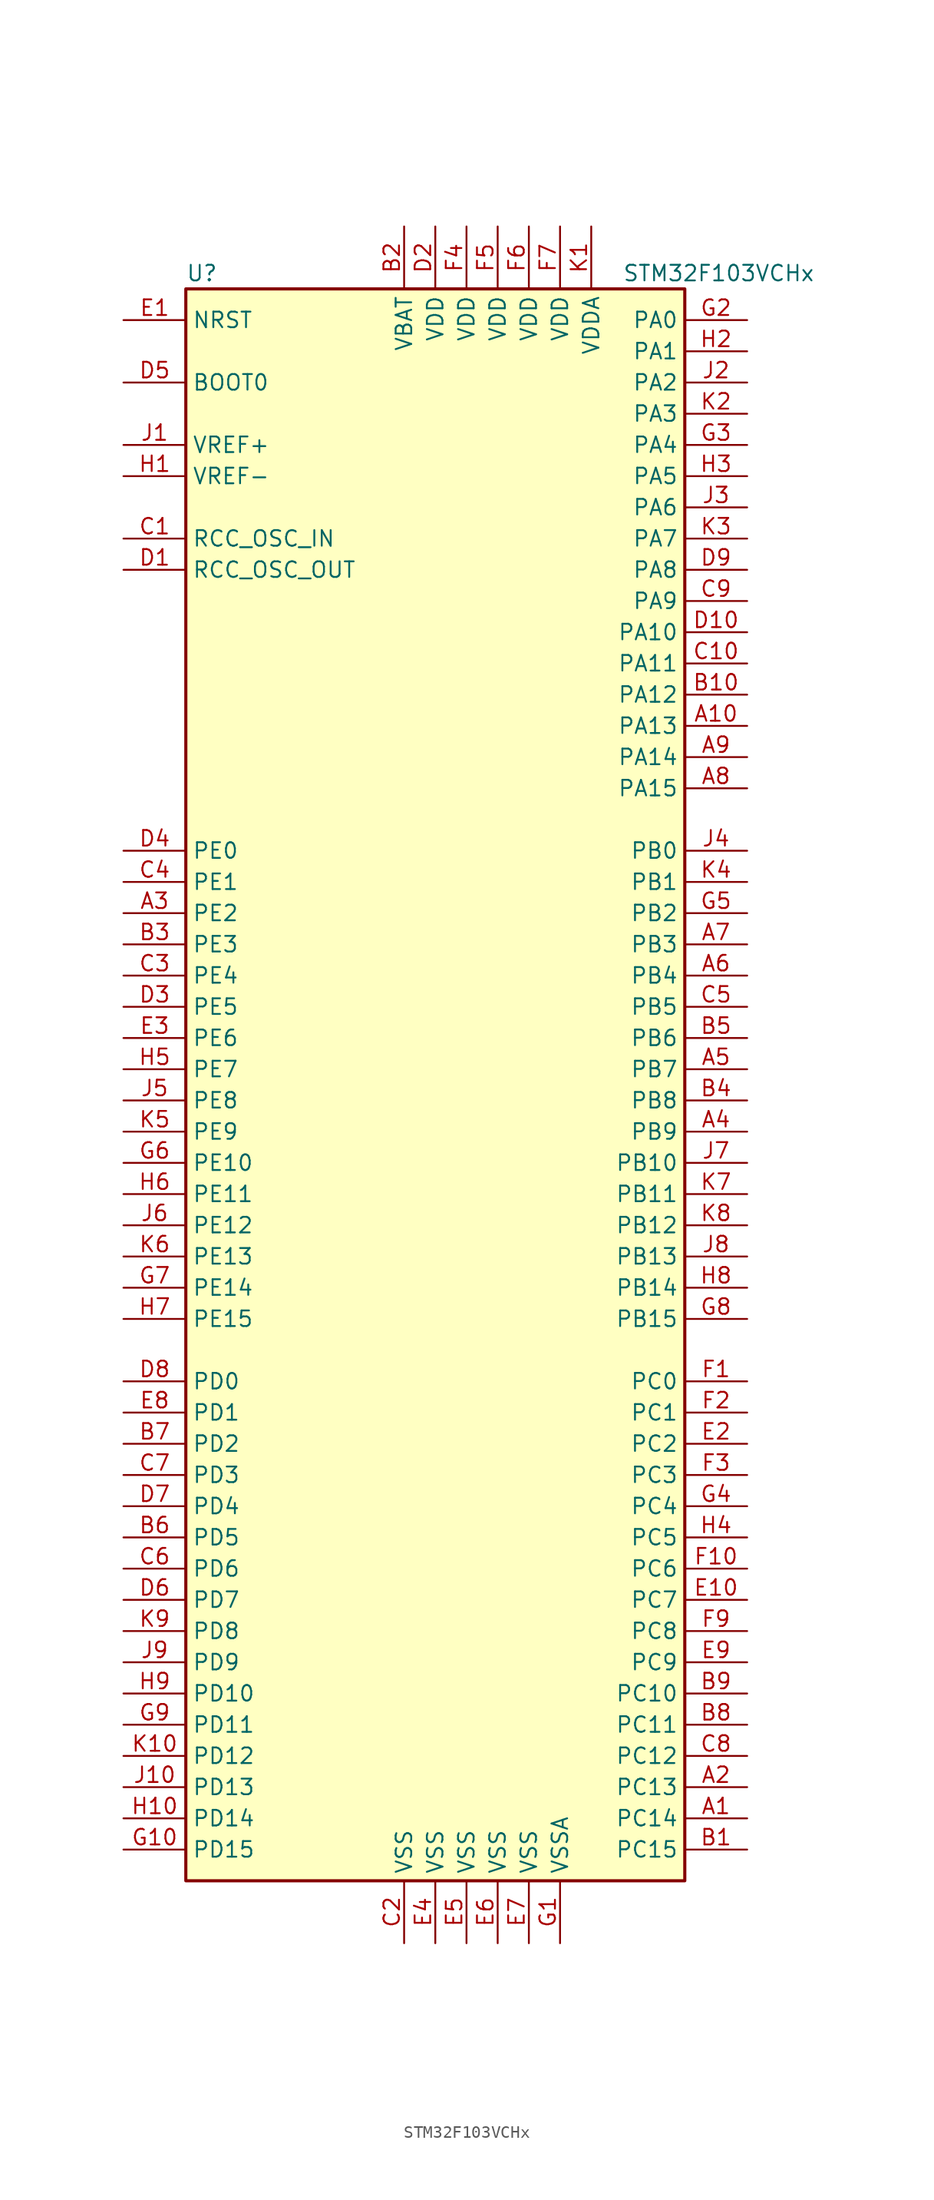
<source format=kicad_sym>
(kicad_symbol_lib
  (version 20201005)
  (generator kicad_symbol_editor)
  (symbol "MCU_ST_STM32F1:STM32F103VCHx"
    (property "Reference" "U"
      (at -20.32 64.77 0)
      (effects (font (size 1.27 1.27)) (justify left)))
    (property "Value" "STM32F103VCHx"
      (at 15.24 64.77 0)
      (effects (font (size 1.27 1.27)) (justify left)))
    (symbol "STM32F103VCHx_0_1"
      (rectangle (start -20.32 -66.04) (end 20.32 63.5) (stroke (width 0.254)) (fill (type background))))
    (symbol "STM32F103VCHx_1_1"
      (pin input line (at -25.4 55.88 0) (length 5.08) (name "BOOT0" (effects (font (size 1.27 1.27)))) (number "D5" (effects (font (size 1.27 1.27)))))
      (pin no_connect line (at -20.32 -63.5 0) (length 5.08) hide (name "NC" (effects (font (size 1.27 1.27)))) (number "F8" (effects (font (size 1.27 1.27)))))
      (pin input line (at -25.4 60.96 0) (length 5.08) (name "NRST" (effects (font (size 1.27 1.27)))) (number "E1" (effects (font (size 1.27 1.27)))))
      (pin bidirectional line (at 25.4 60.96 180) (length 5.08) (name "PA0" (effects (font (size 1.27 1.27)))) (number "G2" (effects (font (size 1.27 1.27)))))
      (pin bidirectional line (at 25.4 58.42 180) (length 5.08) (name "PA1" (effects (font (size 1.27 1.27)))) (number "H2" (effects (font (size 1.27 1.27)))))
      (pin bidirectional line (at 25.4 35.56 180) (length 5.08) (name "PA10" (effects (font (size 1.27 1.27)))) (number "D10" (effects (font (size 1.27 1.27)))))
      (pin bidirectional line (at 25.4 33.02 180) (length 5.08) (name "PA11" (effects (font (size 1.27 1.27)))) (number "C10" (effects (font (size 1.27 1.27)))))
      (pin bidirectional line (at 25.4 30.48 180) (length 5.08) (name "PA12" (effects (font (size 1.27 1.27)))) (number "B10" (effects (font (size 1.27 1.27)))))
      (pin bidirectional line (at 25.4 27.94 180) (length 5.08) (name "PA13" (effects (font (size 1.27 1.27)))) (number "A10" (effects (font (size 1.27 1.27)))))
      (pin bidirectional line (at 25.4 25.4 180) (length 5.08) (name "PA14" (effects (font (size 1.27 1.27)))) (number "A9" (effects (font (size 1.27 1.27)))))
      (pin bidirectional line (at 25.4 22.86 180) (length 5.08) (name "PA15" (effects (font (size 1.27 1.27)))) (number "A8" (effects (font (size 1.27 1.27)))))
      (pin bidirectional line (at 25.4 55.88 180) (length 5.08) (name "PA2" (effects (font (size 1.27 1.27)))) (number "J2" (effects (font (size 1.27 1.27)))))
      (pin bidirectional line (at 25.4 53.34 180) (length 5.08) (name "PA3" (effects (font (size 1.27 1.27)))) (number "K2" (effects (font (size 1.27 1.27)))))
      (pin bidirectional line (at 25.4 50.8 180) (length 5.08) (name "PA4" (effects (font (size 1.27 1.27)))) (number "G3" (effects (font (size 1.27 1.27)))))
      (pin bidirectional line (at 25.4 48.26 180) (length 5.08) (name "PA5" (effects (font (size 1.27 1.27)))) (number "H3" (effects (font (size 1.27 1.27)))))
      (pin bidirectional line (at 25.4 45.72 180) (length 5.08) (name "PA6" (effects (font (size 1.27 1.27)))) (number "J3" (effects (font (size 1.27 1.27)))))
      (pin bidirectional line (at 25.4 43.18 180) (length 5.08) (name "PA7" (effects (font (size 1.27 1.27)))) (number "K3" (effects (font (size 1.27 1.27)))))
      (pin bidirectional line (at 25.4 40.64 180) (length 5.08) (name "PA8" (effects (font (size 1.27 1.27)))) (number "D9" (effects (font (size 1.27 1.27)))))
      (pin bidirectional line (at 25.4 38.1 180) (length 5.08) (name "PA9" (effects (font (size 1.27 1.27)))) (number "C9" (effects (font (size 1.27 1.27)))))
      (pin bidirectional line (at 25.4 17.78 180) (length 5.08) (name "PB0" (effects (font (size 1.27 1.27)))) (number "J4" (effects (font (size 1.27 1.27)))))
      (pin bidirectional line (at 25.4 15.24 180) (length 5.08) (name "PB1" (effects (font (size 1.27 1.27)))) (number "K4" (effects (font (size 1.27 1.27)))))
      (pin bidirectional line (at 25.4 -7.62 180) (length 5.08) (name "PB10" (effects (font (size 1.27 1.27)))) (number "J7" (effects (font (size 1.27 1.27)))))
      (pin bidirectional line (at 25.4 -10.16 180) (length 5.08) (name "PB11" (effects (font (size 1.27 1.27)))) (number "K7" (effects (font (size 1.27 1.27)))))
      (pin bidirectional line (at 25.4 -12.7 180) (length 5.08) (name "PB12" (effects (font (size 1.27 1.27)))) (number "K8" (effects (font (size 1.27 1.27)))))
      (pin bidirectional line (at 25.4 -15.24 180) (length 5.08) (name "PB13" (effects (font (size 1.27 1.27)))) (number "J8" (effects (font (size 1.27 1.27)))))
      (pin bidirectional line (at 25.4 -17.78 180) (length 5.08) (name "PB14" (effects (font (size 1.27 1.27)))) (number "H8" (effects (font (size 1.27 1.27)))))
      (pin bidirectional line (at 25.4 -20.32 180) (length 5.08) (name "PB15" (effects (font (size 1.27 1.27)))) (number "G8" (effects (font (size 1.27 1.27)))))
      (pin bidirectional line (at 25.4 12.7 180) (length 5.08) (name "PB2" (effects (font (size 1.27 1.27)))) (number "G5" (effects (font (size 1.27 1.27)))))
      (pin bidirectional line (at 25.4 10.16 180) (length 5.08) (name "PB3" (effects (font (size 1.27 1.27)))) (number "A7" (effects (font (size 1.27 1.27)))))
      (pin bidirectional line (at 25.4 7.62 180) (length 5.08) (name "PB4" (effects (font (size 1.27 1.27)))) (number "A6" (effects (font (size 1.27 1.27)))))
      (pin bidirectional line (at 25.4 5.08 180) (length 5.08) (name "PB5" (effects (font (size 1.27 1.27)))) (number "C5" (effects (font (size 1.27 1.27)))))
      (pin bidirectional line (at 25.4 2.54 180) (length 5.08) (name "PB6" (effects (font (size 1.27 1.27)))) (number "B5" (effects (font (size 1.27 1.27)))))
      (pin bidirectional line (at 25.4 0 180) (length 5.08) (name "PB7" (effects (font (size 1.27 1.27)))) (number "A5" (effects (font (size 1.27 1.27)))))
      (pin bidirectional line (at 25.4 -2.54 180) (length 5.08) (name "PB8" (effects (font (size 1.27 1.27)))) (number "B4" (effects (font (size 1.27 1.27)))))
      (pin bidirectional line (at 25.4 -5.08 180) (length 5.08) (name "PB9" (effects (font (size 1.27 1.27)))) (number "A4" (effects (font (size 1.27 1.27)))))
      (pin bidirectional line (at 25.4 -25.4 180) (length 5.08) (name "PC0" (effects (font (size 1.27 1.27)))) (number "F1" (effects (font (size 1.27 1.27)))))
      (pin bidirectional line (at 25.4 -27.94 180) (length 5.08) (name "PC1" (effects (font (size 1.27 1.27)))) (number "F2" (effects (font (size 1.27 1.27)))))
      (pin bidirectional line (at 25.4 -50.8 180) (length 5.08) (name "PC10" (effects (font (size 1.27 1.27)))) (number "B9" (effects (font (size 1.27 1.27)))))
      (pin bidirectional line (at 25.4 -53.34 180) (length 5.08) (name "PC11" (effects (font (size 1.27 1.27)))) (number "B8" (effects (font (size 1.27 1.27)))))
      (pin bidirectional line (at 25.4 -55.88 180) (length 5.08) (name "PC12" (effects (font (size 1.27 1.27)))) (number "C8" (effects (font (size 1.27 1.27)))))
      (pin bidirectional line (at 25.4 -58.42 180) (length 5.08) (name "PC13" (effects (font (size 1.27 1.27)))) (number "A2" (effects (font (size 1.27 1.27)))))
      (pin bidirectional line (at 25.4 -60.96 180) (length 5.08) (name "PC14" (effects (font (size 1.27 1.27)))) (number "A1" (effects (font (size 1.27 1.27)))))
      (pin bidirectional line (at 25.4 -63.5 180) (length 5.08) (name "PC15" (effects (font (size 1.27 1.27)))) (number "B1" (effects (font (size 1.27 1.27)))))
      (pin bidirectional line (at 25.4 -30.48 180) (length 5.08) (name "PC2" (effects (font (size 1.27 1.27)))) (number "E2" (effects (font (size 1.27 1.27)))))
      (pin bidirectional line (at 25.4 -33.02 180) (length 5.08) (name "PC3" (effects (font (size 1.27 1.27)))) (number "F3" (effects (font (size 1.27 1.27)))))
      (pin bidirectional line (at 25.4 -35.56 180) (length 5.08) (name "PC4" (effects (font (size 1.27 1.27)))) (number "G4" (effects (font (size 1.27 1.27)))))
      (pin bidirectional line (at 25.4 -38.1 180) (length 5.08) (name "PC5" (effects (font (size 1.27 1.27)))) (number "H4" (effects (font (size 1.27 1.27)))))
      (pin bidirectional line (at 25.4 -40.64 180) (length 5.08) (name "PC6" (effects (font (size 1.27 1.27)))) (number "F10" (effects (font (size 1.27 1.27)))))
      (pin bidirectional line (at 25.4 -43.18 180) (length 5.08) (name "PC7" (effects (font (size 1.27 1.27)))) (number "E10" (effects (font (size 1.27 1.27)))))
      (pin bidirectional line (at 25.4 -45.72 180) (length 5.08) (name "PC8" (effects (font (size 1.27 1.27)))) (number "F9" (effects (font (size 1.27 1.27)))))
      (pin bidirectional line (at 25.4 -48.26 180) (length 5.08) (name "PC9" (effects (font (size 1.27 1.27)))) (number "E9" (effects (font (size 1.27 1.27)))))
      (pin bidirectional line (at -25.4 -25.4 0) (length 5.08) (name "PD0" (effects (font (size 1.27 1.27)))) (number "D8" (effects (font (size 1.27 1.27)))))
      (pin bidirectional line (at -25.4 -27.94 0) (length 5.08) (name "PD1" (effects (font (size 1.27 1.27)))) (number "E8" (effects (font (size 1.27 1.27)))))
      (pin bidirectional line (at -25.4 -50.8 0) (length 5.08) (name "PD10" (effects (font (size 1.27 1.27)))) (number "H9" (effects (font (size 1.27 1.27)))))
      (pin bidirectional line (at -25.4 -53.34 0) (length 5.08) (name "PD11" (effects (font (size 1.27 1.27)))) (number "G9" (effects (font (size 1.27 1.27)))))
      (pin bidirectional line (at -25.4 -55.88 0) (length 5.08) (name "PD12" (effects (font (size 1.27 1.27)))) (number "K10" (effects (font (size 1.27 1.27)))))
      (pin bidirectional line (at -25.4 -58.42 0) (length 5.08) (name "PD13" (effects (font (size 1.27 1.27)))) (number "J10" (effects (font (size 1.27 1.27)))))
      (pin bidirectional line (at -25.4 -60.96 0) (length 5.08) (name "PD14" (effects (font (size 1.27 1.27)))) (number "H10" (effects (font (size 1.27 1.27)))))
      (pin bidirectional line (at -25.4 -63.5 0) (length 5.08) (name "PD15" (effects (font (size 1.27 1.27)))) (number "G10" (effects (font (size 1.27 1.27)))))
      (pin bidirectional line (at -25.4 -30.48 0) (length 5.08) (name "PD2" (effects (font (size 1.27 1.27)))) (number "B7" (effects (font (size 1.27 1.27)))))
      (pin bidirectional line (at -25.4 -33.02 0) (length 5.08) (name "PD3" (effects (font (size 1.27 1.27)))) (number "C7" (effects (font (size 1.27 1.27)))))
      (pin bidirectional line (at -25.4 -35.56 0) (length 5.08) (name "PD4" (effects (font (size 1.27 1.27)))) (number "D7" (effects (font (size 1.27 1.27)))))
      (pin bidirectional line (at -25.4 -38.1 0) (length 5.08) (name "PD5" (effects (font (size 1.27 1.27)))) (number "B6" (effects (font (size 1.27 1.27)))))
      (pin bidirectional line (at -25.4 -40.64 0) (length 5.08) (name "PD6" (effects (font (size 1.27 1.27)))) (number "C6" (effects (font (size 1.27 1.27)))))
      (pin bidirectional line (at -25.4 -43.18 0) (length 5.08) (name "PD7" (effects (font (size 1.27 1.27)))) (number "D6" (effects (font (size 1.27 1.27)))))
      (pin bidirectional line (at -25.4 -45.72 0) (length 5.08) (name "PD8" (effects (font (size 1.27 1.27)))) (number "K9" (effects (font (size 1.27 1.27)))))
      (pin bidirectional line (at -25.4 -48.26 0) (length 5.08) (name "PD9" (effects (font (size 1.27 1.27)))) (number "J9" (effects (font (size 1.27 1.27)))))
      (pin bidirectional line (at -25.4 17.78 0) (length 5.08) (name "PE0" (effects (font (size 1.27 1.27)))) (number "D4" (effects (font (size 1.27 1.27)))))
      (pin bidirectional line (at -25.4 15.24 0) (length 5.08) (name "PE1" (effects (font (size 1.27 1.27)))) (number "C4" (effects (font (size 1.27 1.27)))))
      (pin bidirectional line (at -25.4 -7.62 0) (length 5.08) (name "PE10" (effects (font (size 1.27 1.27)))) (number "G6" (effects (font (size 1.27 1.27)))))
      (pin bidirectional line (at -25.4 -10.16 0) (length 5.08) (name "PE11" (effects (font (size 1.27 1.27)))) (number "H6" (effects (font (size 1.27 1.27)))))
      (pin bidirectional line (at -25.4 -12.7 0) (length 5.08) (name "PE12" (effects (font (size 1.27 1.27)))) (number "J6" (effects (font (size 1.27 1.27)))))
      (pin bidirectional line (at -25.4 -15.24 0) (length 5.08) (name "PE13" (effects (font (size 1.27 1.27)))) (number "K6" (effects (font (size 1.27 1.27)))))
      (pin bidirectional line (at -25.4 -17.78 0) (length 5.08) (name "PE14" (effects (font (size 1.27 1.27)))) (number "G7" (effects (font (size 1.27 1.27)))))
      (pin bidirectional line (at -25.4 -20.32 0) (length 5.08) (name "PE15" (effects (font (size 1.27 1.27)))) (number "H7" (effects (font (size 1.27 1.27)))))
      (pin bidirectional line (at -25.4 12.7 0) (length 5.08) (name "PE2" (effects (font (size 1.27 1.27)))) (number "A3" (effects (font (size 1.27 1.27)))))
      (pin bidirectional line (at -25.4 10.16 0) (length 5.08) (name "PE3" (effects (font (size 1.27 1.27)))) (number "B3" (effects (font (size 1.27 1.27)))))
      (pin bidirectional line (at -25.4 7.62 0) (length 5.08) (name "PE4" (effects (font (size 1.27 1.27)))) (number "C3" (effects (font (size 1.27 1.27)))))
      (pin bidirectional line (at -25.4 5.08 0) (length 5.08) (name "PE5" (effects (font (size 1.27 1.27)))) (number "D3" (effects (font (size 1.27 1.27)))))
      (pin bidirectional line (at -25.4 2.54 0) (length 5.08) (name "PE6" (effects (font (size 1.27 1.27)))) (number "E3" (effects (font (size 1.27 1.27)))))
      (pin bidirectional line (at -25.4 0 0) (length 5.08) (name "PE7" (effects (font (size 1.27 1.27)))) (number "H5" (effects (font (size 1.27 1.27)))))
      (pin bidirectional line (at -25.4 -2.54 0) (length 5.08) (name "PE8" (effects (font (size 1.27 1.27)))) (number "J5" (effects (font (size 1.27 1.27)))))
      (pin bidirectional line (at -25.4 -5.08 0) (length 5.08) (name "PE9" (effects (font (size 1.27 1.27)))) (number "K5" (effects (font (size 1.27 1.27)))))
      (pin input line (at -25.4 43.18 0) (length 5.08) (name "RCC_OSC_IN" (effects (font (size 1.27 1.27)))) (number "C1" (effects (font (size 1.27 1.27)))))
      (pin input line (at -25.4 40.64 0) (length 5.08) (name "RCC_OSC_OUT" (effects (font (size 1.27 1.27)))) (number "D1" (effects (font (size 1.27 1.27)))))
      (pin power_in line (at -2.54 68.58 270) (length 5.08) (name "VBAT" (effects (font (size 1.27 1.27)))) (number "B2" (effects (font (size 1.27 1.27)))))
      (pin power_in line (at 0 68.58 270) (length 5.08) (name "VDD" (effects (font (size 1.27 1.27)))) (number "D2" (effects (font (size 1.27 1.27)))))
      (pin power_in line (at 2.54 68.58 270) (length 5.08) (name "VDD" (effects (font (size 1.27 1.27)))) (number "F4" (effects (font (size 1.27 1.27)))))
      (pin power_in line (at 5.08 68.58 270) (length 5.08) (name "VDD" (effects (font (size 1.27 1.27)))) (number "F5" (effects (font (size 1.27 1.27)))))
      (pin power_in line (at 7.62 68.58 270) (length 5.08) (name "VDD" (effects (font (size 1.27 1.27)))) (number "F6" (effects (font (size 1.27 1.27)))))
      (pin power_in line (at 10.16 68.58 270) (length 5.08) (name "VDD" (effects (font (size 1.27 1.27)))) (number "F7" (effects (font (size 1.27 1.27)))))
      (pin power_in line (at 12.7 68.58 270) (length 5.08) (name "VDDA" (effects (font (size 1.27 1.27)))) (number "K1" (effects (font (size 1.27 1.27)))))
      (pin power_in line (at -25.4 50.8 0) (length 5.08) (name "VREF+" (effects (font (size 1.27 1.27)))) (number "J1" (effects (font (size 1.27 1.27)))))
      (pin power_in line (at -25.4 48.26 0) (length 5.08) (name "VREF-" (effects (font (size 1.27 1.27)))) (number "H1" (effects (font (size 1.27 1.27)))))
      (pin power_in line (at -2.54 -71.12 90) (length 5.08) (name "VSS" (effects (font (size 1.27 1.27)))) (number "C2" (effects (font (size 1.27 1.27)))))
      (pin power_in line (at 0 -71.12 90) (length 5.08) (name "VSS" (effects (font (size 1.27 1.27)))) (number "E4" (effects (font (size 1.27 1.27)))))
      (pin power_in line (at 2.54 -71.12 90) (length 5.08) (name "VSS" (effects (font (size 1.27 1.27)))) (number "E5" (effects (font (size 1.27 1.27)))))
      (pin power_in line (at 5.08 -71.12 90) (length 5.08) (name "VSS" (effects (font (size 1.27 1.27)))) (number "E6" (effects (font (size 1.27 1.27)))))
      (pin power_in line (at 7.62 -71.12 90) (length 5.08) (name "VSS" (effects (font (size 1.27 1.27)))) (number "E7" (effects (font (size 1.27 1.27)))))
      (pin power_in line (at 10.16 -71.12 90) (length 5.08) (name "VSSA" (effects (font (size 1.27 1.27)))) (number "G1" (effects (font (size 1.27 1.27))))))))
</source>
